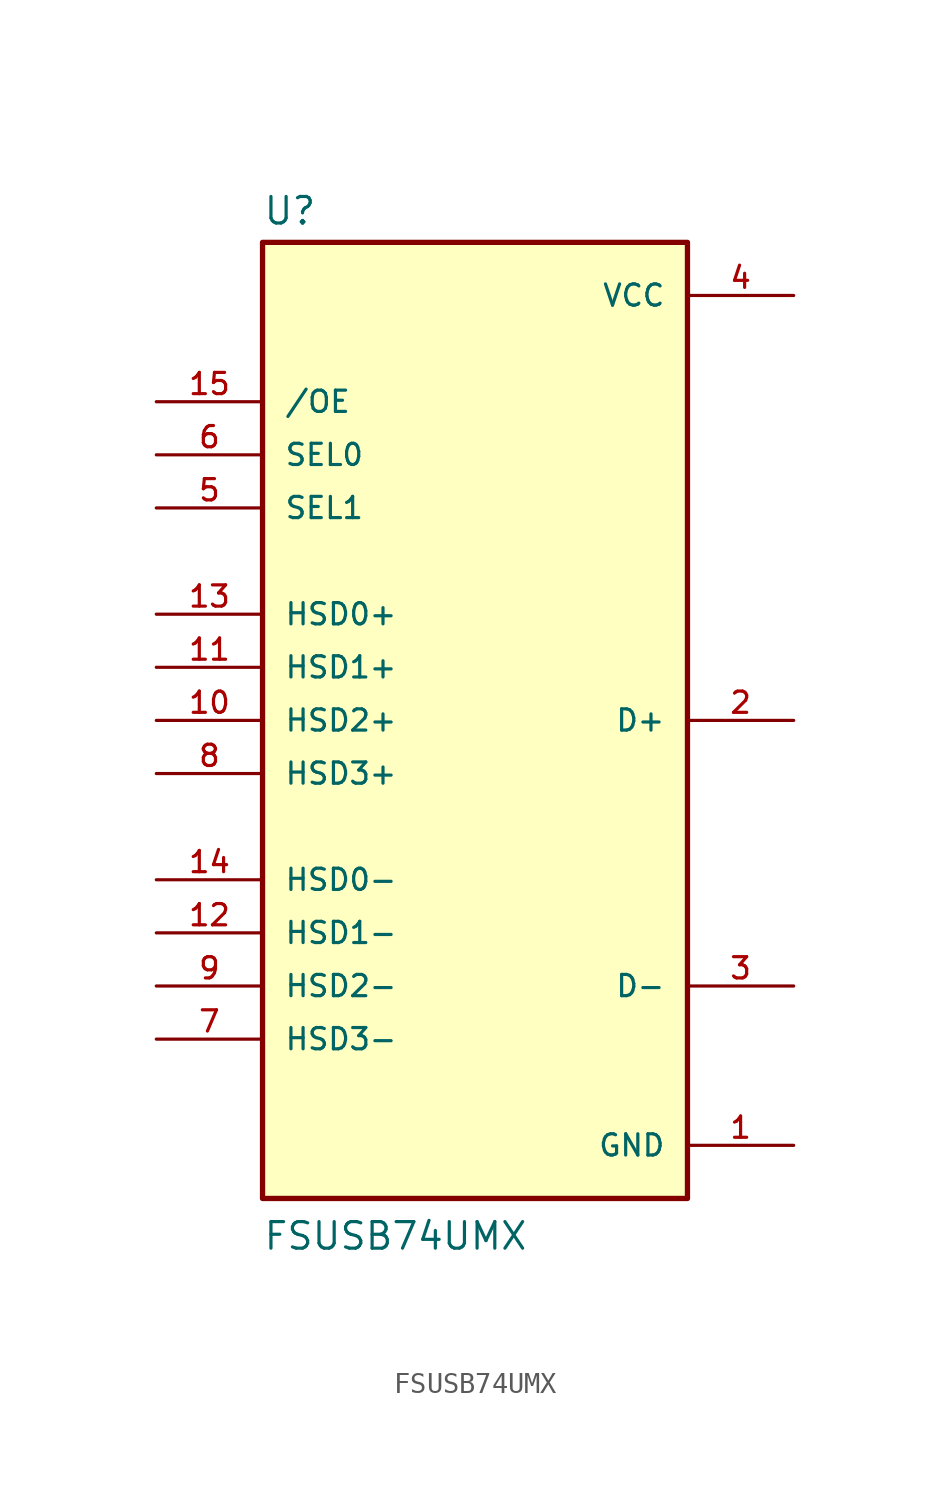
<source format=kicad_sym>
(kicad_symbol_lib
  (version 20211014)
  (generator kicad_symbol_editor)
  (symbol "FSUSB74UMX"
    (pin_names
      (offset 1.016))
    (property "Reference" "U"
      (at -10.16 23.622 0)
      (effects (font (size 1.27 1.27)) (justify bottom left)))
    (property "Value" "FSUSB74UMX"
      (at -10.16 -25.4 0)
      (effects (font (size 1.27 1.27)) (justify bottom left)))
    (symbol "FSUSB74UMX_0_0"
      (rectangle (start -10.16 -22.86) (end 10.16 22.86) (stroke (width 0.254)) (fill (type background)))
      (pin power_in line (at 15.24 -20.32 180.0) (length 5.08) (name "GND" (effects (font (size 1.016 1.016)))) (number "1" (effects (font (size 1.016 1.016)))))
      (pin bidirectional line (at 15.24 0.0 180.0) (length 5.08) (name "D+" (effects (font (size 1.016 1.016)))) (number "2" (effects (font (size 1.016 1.016)))))
      (pin bidirectional line (at 15.24 -12.7 180.0) (length 5.08) (name "D-" (effects (font (size 1.016 1.016)))) (number "3" (effects (font (size 1.016 1.016)))))
      (pin power_in line (at 15.24 20.32 180.0) (length 5.08) (name "VCC" (effects (font (size 1.016 1.016)))) (number "4" (effects (font (size 1.016 1.016)))))
      (pin input line (at -15.24 12.7 0) (length 5.08) (name "SEL0" (effects (font (size 1.016 1.016)))) (number "6" (effects (font (size 1.016 1.016)))))
      (pin bidirectional line (at -15.24 -7.62 0) (length 5.08) (name "HSD0-" (effects (font (size 1.016 1.016)))) (number "14" (effects (font (size 1.016 1.016)))))
      (pin input line (at -15.24 10.16 0) (length 5.08) (name "SEL1" (effects (font (size 1.016 1.016)))) (number "5" (effects (font (size 1.016 1.016)))))
      (pin bidirectional line (at -15.24 5.08 0) (length 5.08) (name "HSD0+" (effects (font (size 1.016 1.016)))) (number "13" (effects (font (size 1.016 1.016)))))
      (pin bidirectional line (at -15.24 -10.16 0) (length 5.08) (name "HSD1-" (effects (font (size 1.016 1.016)))) (number "12" (effects (font (size 1.016 1.016)))))
      (pin bidirectional line (at -15.24 2.54 0) (length 5.08) (name "HSD1+" (effects (font (size 1.016 1.016)))) (number "11" (effects (font (size 1.016 1.016)))))
      (pin bidirectional line (at -15.24 -12.7 0) (length 5.08) (name "HSD2-" (effects (font (size 1.016 1.016)))) (number "9" (effects (font (size 1.016 1.016)))))
      (pin bidirectional line (at -15.24 0.0 0) (length 5.08) (name "HSD2+" (effects (font (size 1.016 1.016)))) (number "10" (effects (font (size 1.016 1.016)))))
      (pin bidirectional line (at -15.24 -15.24 0) (length 5.08) (name "HSD3-" (effects (font (size 1.016 1.016)))) (number "7" (effects (font (size 1.016 1.016)))))
      (pin bidirectional line (at -15.24 -2.54 0) (length 5.08) (name "HSD3+" (effects (font (size 1.016 1.016)))) (number "8" (effects (font (size 1.016 1.016)))))
      (pin input line (at -15.24 15.24 0) (length 5.08) (name "/OE" (effects (font (size 1.016 1.016)))) (number "15" (effects (font (size 1.016 1.016))))))))
</source>
